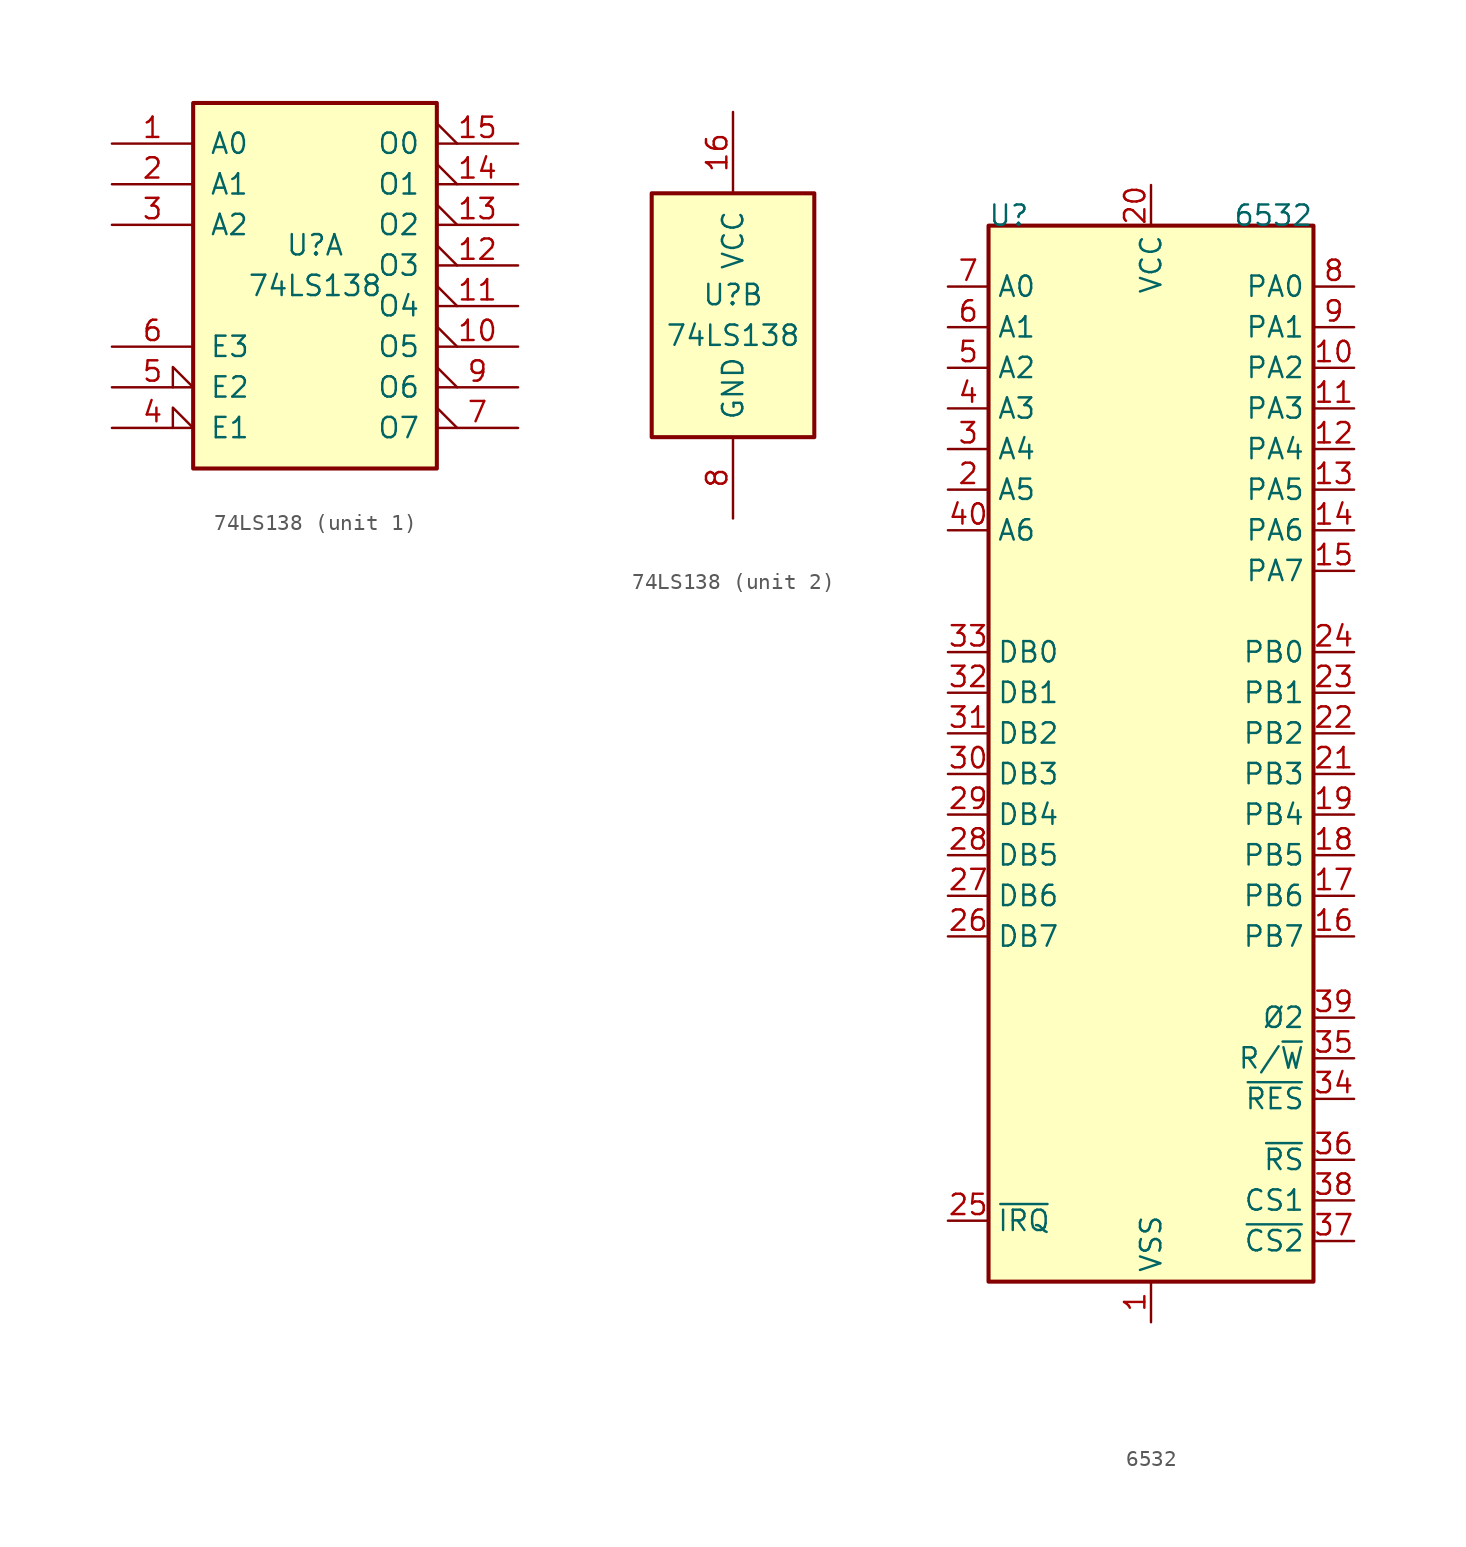
<source format=kicad_sym>
(kicad_symbol_lib
  (version 20220914)
  (generator kicad_symbol_editor)
  (symbol "74LS138"
    (pin_names
      (offset 1.016))
    (property "Reference" "U"
      (at 0 1.27 0)
      (effects (font (size 1.27 1.27))))
    (property "Value" "74LS138"
      (at 0 -1.27 0)
      (effects (font (size 1.27 1.27))))
    (property "ki_locked" ""
      (at 0 0 0)
      (effects (font (size 1.27 1.27))))
    (symbol "74LS138_1_0"
      (pin input line (at -12.7 7.62 0) (length 5.08) (name "A0" (effects (font (size 1.27 1.27)))) (number "1" (effects (font (size 1.27 1.27)))))
      (pin output output_low (at 12.7 -5.08 180) (length 5.08) (name "O5" (effects (font (size 1.27 1.27)))) (number "10" (effects (font (size 1.27 1.27)))))
      (pin output output_low (at 12.7 -2.54 180) (length 5.08) (name "O4" (effects (font (size 1.27 1.27)))) (number "11" (effects (font (size 1.27 1.27)))))
      (pin output output_low (at 12.7 0 180) (length 5.08) (name "O3" (effects (font (size 1.27 1.27)))) (number "12" (effects (font (size 1.27 1.27)))))
      (pin output output_low (at 12.7 2.54 180) (length 5.08) (name "O2" (effects (font (size 1.27 1.27)))) (number "13" (effects (font (size 1.27 1.27)))))
      (pin output output_low (at 12.7 5.08 180) (length 5.08) (name "O1" (effects (font (size 1.27 1.27)))) (number "14" (effects (font (size 1.27 1.27)))))
      (pin output output_low (at 12.7 7.62 180) (length 5.08) (name "O0" (effects (font (size 1.27 1.27)))) (number "15" (effects (font (size 1.27 1.27)))))
      (pin input line (at -12.7 5.08 0) (length 5.08) (name "A1" (effects (font (size 1.27 1.27)))) (number "2" (effects (font (size 1.27 1.27)))))
      (pin input line (at -12.7 2.54 0) (length 5.08) (name "A2" (effects (font (size 1.27 1.27)))) (number "3" (effects (font (size 1.27 1.27)))))
      (pin input input_low (at -12.7 -10.16 0) (length 5.08) (name "E1" (effects (font (size 1.27 1.27)))) (number "4" (effects (font (size 1.27 1.27)))))
      (pin input input_low (at -12.7 -7.62 0) (length 5.08) (name "E2" (effects (font (size 1.27 1.27)))) (number "5" (effects (font (size 1.27 1.27)))))
      (pin input line (at -12.7 -5.08 0) (length 5.08) (name "E3" (effects (font (size 1.27 1.27)))) (number "6" (effects (font (size 1.27 1.27)))))
      (pin output output_low (at 12.7 -10.16 180) (length 5.08) (name "O7" (effects (font (size 1.27 1.27)))) (number "7" (effects (font (size 1.27 1.27)))))
      (pin output output_low (at 12.7 -7.62 180) (length 5.08) (name "O6" (effects (font (size 1.27 1.27)))) (number "9" (effects (font (size 1.27 1.27))))))
    (symbol "74LS138_1_1"
      (rectangle (start -7.62 10.16) (end 7.62 -12.7) (stroke (width 0.254) (type default)) (fill (type background))))
    (symbol "74LS138_2_0"
      (pin power_in line (at 0 12.7 270) (length 5.08) (name "VCC" (effects (font (size 1.27 1.27)))) (number "16" (effects (font (size 1.27 1.27)))))
      (pin power_in line (at 0 -12.7 90) (length 5.08) (name "GND" (effects (font (size 1.27 1.27)))) (number "8" (effects (font (size 1.27 1.27))))))
    (symbol "74LS138_2_1"
      (rectangle (start -5.08 7.62) (end 5.08 -7.62) (stroke (width 0.254) (type default)) (fill (type background)))))
  (symbol "6532"
    (property "Reference" "U"
      (at -8.89 33.655 0)
      (effects (font (size 1.27 1.27))))
    (property "Value" "6532"
      (at 10.16 33.655 0)
      (effects (font (size 1.27 1.27)) (justify right)))
    (symbol "6532_0_1"
      (rectangle (start -10.16 33.02) (end 10.16 -33.02) (stroke (width 0.254) (type default)) (fill (type background))))
    (symbol "6532_1_1"
      (pin power_in line (at 0 -35.56 90) (length 2.54) (name "VSS" (effects (font (size 1.27 1.27)))) (number "1" (effects (font (size 1.27 1.27)))))
      (pin bidirectional line (at 12.7 24.13 180) (length 2.54) (name "PA2" (effects (font (size 1.27 1.27)))) (number "10" (effects (font (size 1.27 1.27)))))
      (pin bidirectional line (at 12.7 21.59 180) (length 2.54) (name "PA3" (effects (font (size 1.27 1.27)))) (number "11" (effects (font (size 1.27 1.27)))))
      (pin bidirectional line (at 12.7 19.05 180) (length 2.54) (name "PA4" (effects (font (size 1.27 1.27)))) (number "12" (effects (font (size 1.27 1.27)))))
      (pin bidirectional line (at 12.7 16.51 180) (length 2.54) (name "PA5" (effects (font (size 1.27 1.27)))) (number "13" (effects (font (size 1.27 1.27)))))
      (pin bidirectional line (at 12.7 13.97 180) (length 2.54) (name "PA6" (effects (font (size 1.27 1.27)))) (number "14" (effects (font (size 1.27 1.27)))))
      (pin bidirectional line (at 12.7 11.43 180) (length 2.54) (name "PA7" (effects (font (size 1.27 1.27)))) (number "15" (effects (font (size 1.27 1.27)))))
      (pin bidirectional line (at 12.7 -11.43 180) (length 2.54) (name "PB7" (effects (font (size 1.27 1.27)))) (number "16" (effects (font (size 1.27 1.27)))))
      (pin bidirectional line (at 12.7 -8.89 180) (length 2.54) (name "PB6" (effects (font (size 1.27 1.27)))) (number "17" (effects (font (size 1.27 1.27)))))
      (pin bidirectional line (at 12.7 -6.35 180) (length 2.54) (name "PB5" (effects (font (size 1.27 1.27)))) (number "18" (effects (font (size 1.27 1.27)))))
      (pin bidirectional line (at 12.7 -3.81 180) (length 2.54) (name "PB4" (effects (font (size 1.27 1.27)))) (number "19" (effects (font (size 1.27 1.27)))))
      (pin input line (at -12.7 16.51 0) (length 2.54) (name "A5" (effects (font (size 1.27 1.27)))) (number "2" (effects (font (size 1.27 1.27)))))
      (pin power_in line (at 0 35.56 270) (length 2.54) (name "VCC" (effects (font (size 1.27 1.27)))) (number "20" (effects (font (size 1.27 1.27)))))
      (pin bidirectional line (at 12.7 -1.27 180) (length 2.54) (name "PB3" (effects (font (size 1.27 1.27)))) (number "21" (effects (font (size 1.27 1.27)))))
      (pin bidirectional line (at 12.7 1.27 180) (length 2.54) (name "PB2" (effects (font (size 1.27 1.27)))) (number "22" (effects (font (size 1.27 1.27)))))
      (pin bidirectional line (at 12.7 3.81 180) (length 2.54) (name "PB1" (effects (font (size 1.27 1.27)))) (number "23" (effects (font (size 1.27 1.27)))))
      (pin bidirectional line (at 12.7 6.35 180) (length 2.54) (name "PB0" (effects (font (size 1.27 1.27)))) (number "24" (effects (font (size 1.27 1.27)))))
      (pin bidirectional line (at -12.7 -29.21 0) (length 2.54) (name "~{IRQ}" (effects (font (size 1.27 1.27)))) (number "25" (effects (font (size 1.27 1.27)))))
      (pin bidirectional line (at -12.7 -11.43 0) (length 2.54) (name "DB7" (effects (font (size 1.27 1.27)))) (number "26" (effects (font (size 1.27 1.27)))))
      (pin bidirectional line (at -12.7 -8.89 0) (length 2.54) (name "DB6" (effects (font (size 1.27 1.27)))) (number "27" (effects (font (size 1.27 1.27)))))
      (pin bidirectional line (at -12.7 -6.35 0) (length 2.54) (name "DB5" (effects (font (size 1.27 1.27)))) (number "28" (effects (font (size 1.27 1.27)))))
      (pin bidirectional line (at -12.7 -3.81 0) (length 2.54) (name "DB4" (effects (font (size 1.27 1.27)))) (number "29" (effects (font (size 1.27 1.27)))))
      (pin input line (at -12.7 19.05 0) (length 2.54) (name "A4" (effects (font (size 1.27 1.27)))) (number "3" (effects (font (size 1.27 1.27)))))
      (pin bidirectional line (at -12.7 -1.27 0) (length 2.54) (name "DB3" (effects (font (size 1.27 1.27)))) (number "30" (effects (font (size 1.27 1.27)))))
      (pin bidirectional line (at -12.7 1.27 0) (length 2.54) (name "DB2" (effects (font (size 1.27 1.27)))) (number "31" (effects (font (size 1.27 1.27)))))
      (pin bidirectional line (at -12.7 3.81 0) (length 2.54) (name "DB1" (effects (font (size 1.27 1.27)))) (number "32" (effects (font (size 1.27 1.27)))))
      (pin bidirectional line (at -12.7 6.35 0) (length 2.54) (name "DB0" (effects (font (size 1.27 1.27)))) (number "33" (effects (font (size 1.27 1.27)))))
      (pin input line (at 12.7 -21.59 180) (length 2.54) (name "~{RES}" (effects (font (size 1.27 1.27)))) (number "34" (effects (font (size 1.27 1.27)))))
      (pin input line (at 12.7 -19.05 180) (length 2.54) (name "R/~{W}" (effects (font (size 1.27 1.27)))) (number "35" (effects (font (size 1.27 1.27)))))
      (pin input line (at 12.7 -25.4 180) (length 2.54) (name "~{RS}" (effects (font (size 1.27 1.27)))) (number "36" (effects (font (size 1.27 1.27)))))
      (pin input line (at 12.7 -30.48 180) (length 2.54) (name "~{CS2}" (effects (font (size 1.27 1.27)))) (number "37" (effects (font (size 1.27 1.27)))))
      (pin input line (at 12.7 -27.94 180) (length 2.54) (name "CS1" (effects (font (size 1.27 1.27)))) (number "38" (effects (font (size 1.27 1.27)))))
      (pin input line (at 12.7 -16.51 180) (length 2.54) (name "Ø2" (effects (font (size 1.27 1.27)))) (number "39" (effects (font (size 1.27 1.27)))))
      (pin input line (at -12.7 21.59 0) (length 2.54) (name "A3" (effects (font (size 1.27 1.27)))) (number "4" (effects (font (size 1.27 1.27)))))
      (pin input line (at -12.7 13.97 0) (length 2.54) (name "A6" (effects (font (size 1.27 1.27)))) (number "40" (effects (font (size 1.27 1.27)))))
      (pin input line (at -12.7 24.13 0) (length 2.54) (name "A2" (effects (font (size 1.27 1.27)))) (number "5" (effects (font (size 1.27 1.27)))))
      (pin input line (at -12.7 26.67 0) (length 2.54) (name "A1" (effects (font (size 1.27 1.27)))) (number "6" (effects (font (size 1.27 1.27)))))
      (pin input line (at -12.7 29.21 0) (length 2.54) (name "A0" (effects (font (size 1.27 1.27)))) (number "7" (effects (font (size 1.27 1.27)))))
      (pin bidirectional line (at 12.7 29.21 180) (length 2.54) (name "PA0" (effects (font (size 1.27 1.27)))) (number "8" (effects (font (size 1.27 1.27)))))
      (pin bidirectional line (at 12.7 26.67 180) (length 2.54) (name "PA1" (effects (font (size 1.27 1.27)))) (number "9" (effects (font (size 1.27 1.27))))))))
</source>
